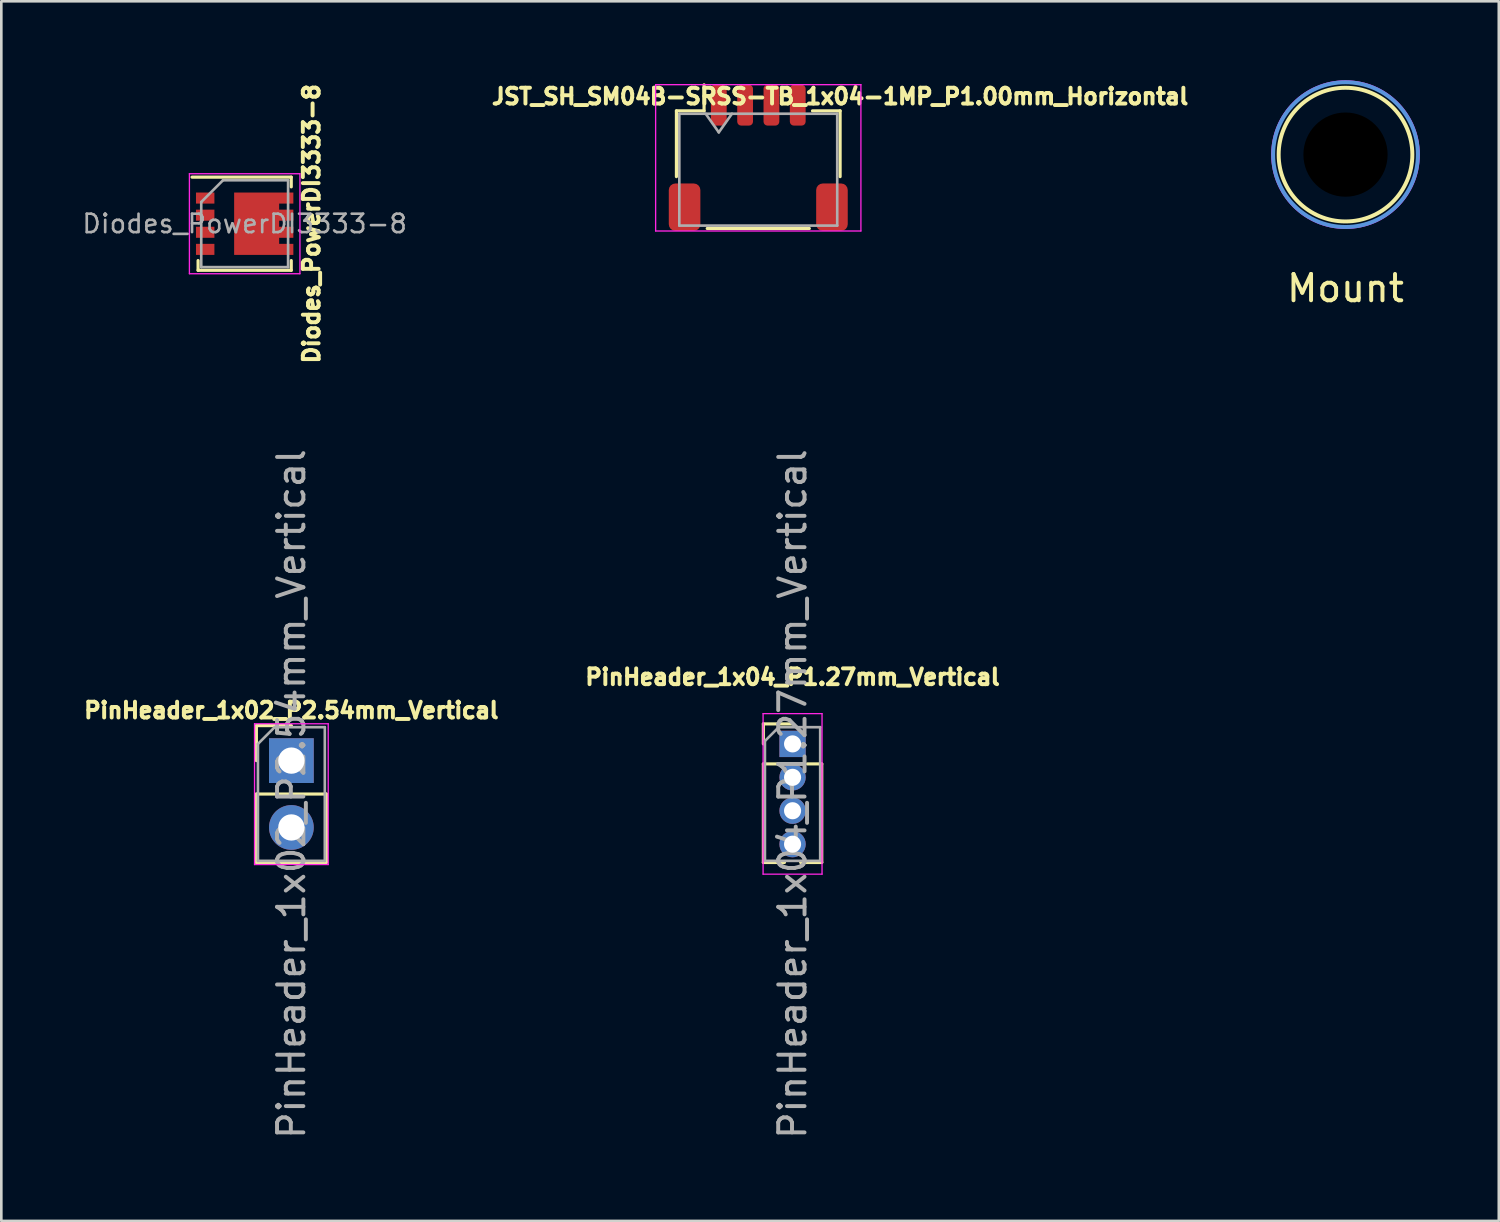
<source format=kicad_pcb>
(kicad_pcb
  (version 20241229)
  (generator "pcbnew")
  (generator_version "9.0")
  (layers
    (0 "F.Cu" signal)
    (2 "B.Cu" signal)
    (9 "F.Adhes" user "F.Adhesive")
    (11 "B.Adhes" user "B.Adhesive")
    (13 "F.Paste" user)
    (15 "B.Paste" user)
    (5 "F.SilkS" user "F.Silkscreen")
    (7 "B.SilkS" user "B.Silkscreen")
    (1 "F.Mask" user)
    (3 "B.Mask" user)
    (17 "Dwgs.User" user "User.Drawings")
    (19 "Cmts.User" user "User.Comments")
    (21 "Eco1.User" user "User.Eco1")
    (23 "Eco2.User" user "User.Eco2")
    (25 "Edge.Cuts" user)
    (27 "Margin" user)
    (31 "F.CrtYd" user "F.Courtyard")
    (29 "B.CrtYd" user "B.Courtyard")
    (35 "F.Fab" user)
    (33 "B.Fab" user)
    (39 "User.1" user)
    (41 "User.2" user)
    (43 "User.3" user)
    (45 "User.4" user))
  (footprint "Diodes_PowerDI3333-8"
    (layer "F.Cu")
    (at 6.247 5.451)
    (property "Reference" "Diodes_PowerDI3333-8" (at 2.54 0 90) (layer "F.SilkS") (effects (font (size 0.6 0.6) (thickness 0.15))))
    (attr smd)
    (fp_line (start -1.77 1.77) (end -1.77 1.4) (stroke (width 0.12) (type solid)) (layer "F.SilkS"))
    (fp_line (start -1.77 1.77) (end 1.77 1.77) (stroke (width 0.12) (type solid)) (layer "F.SilkS"))
    (fp_line (start 1.77 -1.77) (end -2 -1.77) (stroke (width 0.12) (type solid)) (layer "F.SilkS"))
    (fp_line (start 1.77 -1.77) (end 1.77 -1.4) (stroke (width 0.12) (type solid)) (layer "F.SilkS"))
    (fp_line (start 1.77 1.77) (end 1.77 1.4) (stroke (width 0.12) (type solid)) (layer "F.SilkS"))
    (fp_line (start -2.1 -1.9) (end -2.1 1.9) (stroke (width 0.05) (type solid)) (layer "F.CrtYd"))
    (fp_line (start -2.1 1.9) (end 2.1 1.9) (stroke (width 0.05) (type solid)) (layer "F.CrtYd"))
    (fp_line (start 2.1 -1.9) (end -2.1 -1.9) (stroke (width 0.05) (type solid)) (layer "F.CrtYd"))
    (fp_line (start 2.1 1.9) (end 2.1 -1.9) (stroke (width 0.05) (type solid)) (layer "F.CrtYd"))
    (fp_line (start -1.65 -0.825) (end -1.65 1.65) (stroke (width 0.1) (type solid)) (layer "F.Fab"))
    (fp_line (start -1.65 1.65) (end 1.65 1.65) (stroke (width 0.1) (type solid)) (layer "F.Fab"))
    (fp_line (start -0.825 -1.65) (end -1.65 -0.825) (stroke (width 0.1) (type solid)) (layer "F.Fab"))
    (fp_line (start 1.65 -1.65) (end -0.825 -1.65) (stroke (width 0.1) (type solid)) (layer "F.Fab"))
    (fp_line (start 1.65 1.65) (end 1.65 -1.65) (stroke (width 0.1) (type solid)) (layer "F.Fab"))
    (fp_text user "${REFERENCE}" (at 0 0 0) (layer "F.Fab") (effects (font (size 0.7 0.7) (thickness 0.1))))
    (pad "" smd rect (at 0.02 -0.565) (size 0.6 1) (layers "F.Paste"))
    (pad "" smd rect (at 0.02 0.565) (size 0.6 1) (layers "F.Paste"))
    (pad "" smd rect (at 0.73 -0.565) (size 0.6 1) (layers "F.Paste"))
    (pad "" smd rect (at 0.73 0.565) (size 0.6 1) (layers "F.Paste"))
    (pad "" smd rect (at 1.5 -0.975) (size 0.7 0.42) (layers "F.Paste"))
    (pad "" smd rect (at 1.5 -0.325) (size 0.7 0.42) (layers "F.Paste"))
    (pad "" smd rect (at 1.5 0.325) (size 0.7 0.42) (layers "F.Paste"))
    (pad "" smd rect (at 1.5 0.975) (size 0.7 0.42) (layers "F.Paste"))
    (pad "1" smd rect (at -1.5 -0.975) (size 0.7 0.42) (layers "F.Cu" "F.Mask" "F.Paste"))
    (pad "2" smd rect (at -1.5 -0.325) (size 0.7 0.42) (layers "F.Cu" "F.Mask" "F.Paste"))
    (pad "3" smd rect (at -1.5 0.325) (size 0.7 0.42) (layers "F.Cu" "F.Mask" "F.Paste"))
    (pad "4" smd rect (at -1.5 0.975) (size 0.7 0.42) (layers "F.Cu" "F.Mask" "F.Paste"))
    (pad "5" smd custom (at 0.455 0) (size 1.71 2.37) (layers "F.Cu" "F.Mask") (options (anchor rect)) (primitives (gr_poly (pts (xy 1.395 1.185) (xy 0.855 1.185) (xy 0.855 0.765) (xy 1.395 0.765)) (width 0) (fill yes)) (gr_poly (pts (xy 1.395 0.535) (xy 0.855 0.535) (xy 0.855 0.115) (xy 1.395 0.115)) (width 0) (fill yes)) (gr_poly (pts (xy 1.395 -0.115) (xy 0.855 -0.115) (xy 0.855 -0.535) (xy 1.395 -0.535)) (width 0) (fill yes)) (gr_poly (pts (xy 1.395 -0.765) (xy 0.855 -0.765) (xy 0.855 -1.185) (xy 1.395 -1.185)) (width 0) (fill yes)))))
  (footprint "PinHeader_1x04_P1.27mm_Vertical"
    (layer "F.Cu")
    (at 27.066 25.217)
    (property "Reference" "PinHeader_1x04_P1.27mm_Vertical" (at 0 -2.54 0) (layer "F.SilkS") (effects (font (size 0.6 0.6) (thickness 0.15))))
    (attr through_hole)
    (fp_line (start -1.11 -0.76) (end 0 -0.76) (stroke (width 0.12) (type solid)) (layer "F.SilkS"))
    (fp_line (start -1.11 0) (end -1.11 -0.76) (stroke (width 0.12) (type solid)) (layer "F.SilkS"))
    (fp_line (start -1.11 0.76) (end -1.11 4.505) (stroke (width 0.12) (type solid)) (layer "F.SilkS"))
    (fp_line (start -1.11 0.76) (end -0.563 0.76) (stroke (width 0.12) (type solid)) (layer "F.SilkS"))
    (fp_line (start -1.11 4.505) (end -0.308 4.505) (stroke (width 0.12) (type solid)) (layer "F.SilkS"))
    (fp_line (start 0.308 4.505) (end 1.11 4.505) (stroke (width 0.12) (type solid)) (layer "F.SilkS"))
    (fp_line (start 0.563 0.76) (end 1.11 0.76) (stroke (width 0.12) (type solid)) (layer "F.SilkS"))
    (fp_line (start 1.11 0.76) (end 1.11 4.505) (stroke (width 0.12) (type solid)) (layer "F.SilkS"))
    (fp_line (start -1.12 -1.15) (end -1.12 4.95) (stroke (width 0.05) (type solid)) (layer "F.CrtYd"))
    (fp_line (start -1.12 4.95) (end 1.12 4.95) (stroke (width 0.05) (type solid)) (layer "F.CrtYd"))
    (fp_line (start 1.12 -1.15) (end -1.12 -1.15) (stroke (width 0.05) (type solid)) (layer "F.CrtYd"))
    (fp_line (start 1.12 4.95) (end 1.12 -1.15) (stroke (width 0.05) (type solid)) (layer "F.CrtYd"))
    (fp_line (start -1.05 -0.11) (end -0.525 -0.635) (stroke (width 0.1) (type solid)) (layer "F.Fab"))
    (fp_line (start -1.05 4.445) (end -1.05 -0.11) (stroke (width 0.1) (type solid)) (layer "F.Fab"))
    (fp_line (start -0.525 -0.635) (end 1.05 -0.635) (stroke (width 0.1) (type solid)) (layer "F.Fab"))
    (fp_line (start 1.05 -0.635) (end 1.05 4.445) (stroke (width 0.1) (type solid)) (layer "F.Fab"))
    (fp_line (start 1.05 4.445) (end -1.05 4.445) (stroke (width 0.1) (type solid)) (layer "F.Fab"))
    (fp_text user "${REFERENCE}" (at 0 1.905 90) (layer "F.Fab") (effects (font (size 1 1) (thickness 0.15))))
    (pad "1" thru_hole rect (at 0 0) (size 1 1) (drill 0.65) (layers "*.Cu" "*.Mask"))
    (pad "2" thru_hole oval (at 0 1.27) (size 1 1) (drill 0.65) (layers "*.Cu" "*.Mask"))
    (pad "3" thru_hole oval (at 0 2.54) (size 1 1) (drill 0.65) (layers "*.Cu" "*.Mask"))
    (pad "4" thru_hole oval (at 0 3.81) (size 1 1) (drill 0.65) (layers "*.Cu" "*.Mask")))
  (footprint "JST_SH_SM04B-SRSS-TB_1x04-1MP_P1.00mm_Horizontal"
    (layer "F.Cu")
    (at 25.763 2.947)
    (property "Reference" "JST_SH_SM04B-SRSS-TB_1x04-1MP_P1.00mm_Horizontal" (at 3.11 -2.333 0) (layer "F.SilkS") (effects (font (size 0.6 0.6) (thickness 0.15))))
    (attr smd)
    (fp_line (start -3.11 -1.785) (end -2.06 -1.785) (stroke (width 0.12) (type solid)) (layer "F.SilkS"))
    (fp_line (start -3.11 0.715) (end -3.11 -1.785) (stroke (width 0.12) (type solid)) (layer "F.SilkS"))
    (fp_line (start -2.06 -1.785) (end -2.06 -2.775) (stroke (width 0.12) (type solid)) (layer "F.SilkS"))
    (fp_line (start -1.94 2.685) (end 1.94 2.685) (stroke (width 0.12) (type solid)) (layer "F.SilkS"))
    (fp_line (start 3.11 -1.785) (end 2.06 -1.785) (stroke (width 0.12) (type solid)) (layer "F.SilkS"))
    (fp_line (start 3.11 0.715) (end 3.11 -1.785) (stroke (width 0.12) (type solid)) (layer "F.SilkS"))
    (fp_line (start -3.9 -2.78) (end -3.9 2.78) (stroke (width 0.05) (type solid)) (layer "F.CrtYd"))
    (fp_line (start -3.9 2.78) (end 3.9 2.78) (stroke (width 0.05) (type solid)) (layer "F.CrtYd"))
    (fp_line (start 3.9 -2.78) (end -3.9 -2.78) (stroke (width 0.05) (type solid)) (layer "F.CrtYd"))
    (fp_line (start 3.9 2.78) (end 3.9 -2.78) (stroke (width 0.05) (type solid)) (layer "F.CrtYd"))
    (fp_line (start -3 -1.675) (end -3 2.575) (stroke (width 0.1) (type solid)) (layer "F.Fab"))
    (fp_line (start -3 -1.675) (end 3 -1.675) (stroke (width 0.1) (type solid)) (layer "F.Fab"))
    (fp_line (start -3 2.575) (end 3 2.575) (stroke (width 0.1) (type solid)) (layer "F.Fab"))
    (fp_line (start -2 -1.675) (end -1.5 -0.968) (stroke (width 0.1) (type solid)) (layer "F.Fab"))
    (fp_line (start -1.5 -0.968) (end -1 -1.675) (stroke (width 0.1) (type solid)) (layer "F.Fab"))
    (fp_line (start 3 -1.675) (end 3 2.575) (stroke (width 0.1) (type solid)) (layer "F.Fab"))
    (pad "1" smd roundrect (at -1.5 -2) (size 0.6 1.55) (layers "F.Cu" "F.Mask" "F.Paste") (roundrect_rratio 0.25))
    (pad "2" smd roundrect (at -0.5 -2) (size 0.6 1.55) (layers "F.Cu" "F.Mask" "F.Paste") (roundrect_rratio 0.25))
    (pad "3" smd roundrect (at 0.5 -2) (size 0.6 1.55) (layers "F.Cu" "F.Mask" "F.Paste") (roundrect_rratio 0.25))
    (pad "4" smd roundrect (at 1.5 -2) (size 0.6 1.55) (layers "F.Cu" "F.Mask" "F.Paste") (roundrect_rratio 0.25))
    (pad "MP" smd roundrect (at -2.8 1.875) (size 1.2 1.8) (layers "F.Cu" "F.Mask" "F.Paste") (roundrect_rratio 0.208))
    (pad "MP" smd roundrect (at 2.8 1.875) (size 1.2 1.8) (layers "F.Cu" "F.Mask" "F.Paste") (roundrect_rratio 0.208)))
  (footprint "PinHeader_1x02_P2.54mm_Vertical"
    (layer "F.Cu")
    (at 8.022 25.852)
    (property "Reference" "PinHeader_1x02_P2.54mm_Vertical" (at 0 -1.909 0) (layer "F.SilkS") (effects (font (size 0.6 0.6) (thickness 0.15))))
    (attr through_hole)
    (fp_line (start -1.33 -1.33) (end 0 -1.33) (stroke (width 0.12) (type solid)) (layer "F.SilkS"))
    (fp_line (start -1.33 0) (end -1.33 -1.33) (stroke (width 0.12) (type solid)) (layer "F.SilkS"))
    (fp_line (start -1.33 1.27) (end -1.33 3.87) (stroke (width 0.12) (type solid)) (layer "F.SilkS"))
    (fp_line (start -1.33 1.27) (end 1.33 1.27) (stroke (width 0.12) (type solid)) (layer "F.SilkS"))
    (fp_line (start -1.33 3.87) (end 1.33 3.87) (stroke (width 0.12) (type solid)) (layer "F.SilkS"))
    (fp_line (start 1.33 1.27) (end 1.33 3.87) (stroke (width 0.12) (type solid)) (layer "F.SilkS"))
    (fp_line (start -1.4 -1.4) (end -1.4 3.95) (stroke (width 0.05) (type solid)) (layer "F.CrtYd"))
    (fp_line (start -1.4 3.95) (end 1.4 3.95) (stroke (width 0.05) (type solid)) (layer "F.CrtYd"))
    (fp_line (start 1.4 -1.4) (end -1.4 -1.4) (stroke (width 0.05) (type solid)) (layer "F.CrtYd"))
    (fp_line (start 1.4 3.95) (end 1.4 -1.4) (stroke (width 0.05) (type solid)) (layer "F.CrtYd"))
    (fp_line (start -1.27 -0.635) (end -0.635 -1.27) (stroke (width 0.1) (type solid)) (layer "F.Fab"))
    (fp_line (start -1.27 3.81) (end -1.27 -0.635) (stroke (width 0.1) (type solid)) (layer "F.Fab"))
    (fp_line (start -0.635 -1.27) (end 1.27 -1.27) (stroke (width 0.1) (type solid)) (layer "F.Fab"))
    (fp_line (start 1.27 -1.27) (end 1.27 3.81) (stroke (width 0.1) (type solid)) (layer "F.Fab"))
    (fp_line (start 1.27 3.81) (end -1.27 3.81) (stroke (width 0.1) (type solid)) (layer "F.Fab"))
    (fp_text user "${REFERENCE}" (at 0 1.27 90) (layer "F.Fab") (effects (font (size 1 1) (thickness 0.15))))
    (pad "1" thru_hole rect (at 0 0) (size 1.7 1.7) (drill 1) (layers "*.Cu" "*.Mask"))
    (pad "2" thru_hole oval (at 0 2.54) (size 1.7 1.7) (drill 1) (layers "*.Cu" "*.Mask")))
  (footprint "Mount"
    (layer "F.Cu")
    (at 48.077 2.825)
    (property "Reference" "Mount" (at 0 5.08 0) (unlocked yes) (layer "F.SilkS") (effects (font (size 1 1) (thickness 0.15))))
    (attr smd)
    (fp_circle (center 0 0) (end 2.54 0) (stroke (width 0.15) (type solid)) (fill no) (layer "F.SilkS"))
    (fp_circle (center 0 0) (end 2.75 0) (stroke (width 0.15) (type solid)) (fill no) (layer "Cmts.User"))
    (fp_circle (center 0 0) (end 2.8 0) (stroke (width 0.05) (type solid)) (fill no) (layer "F.CrtYd"))
    (pad "" np_thru_hole circle (at 0 0) (size 3.2 3.2) (drill 3.2) (layers "*.Mask")))
  (gr_rect
    (start -3 -3)
    (end 53.902 43.342)
    (stroke (width 0.1) (type default))
    (fill no)
    (layer "Edge.Cuts")))
</source>
